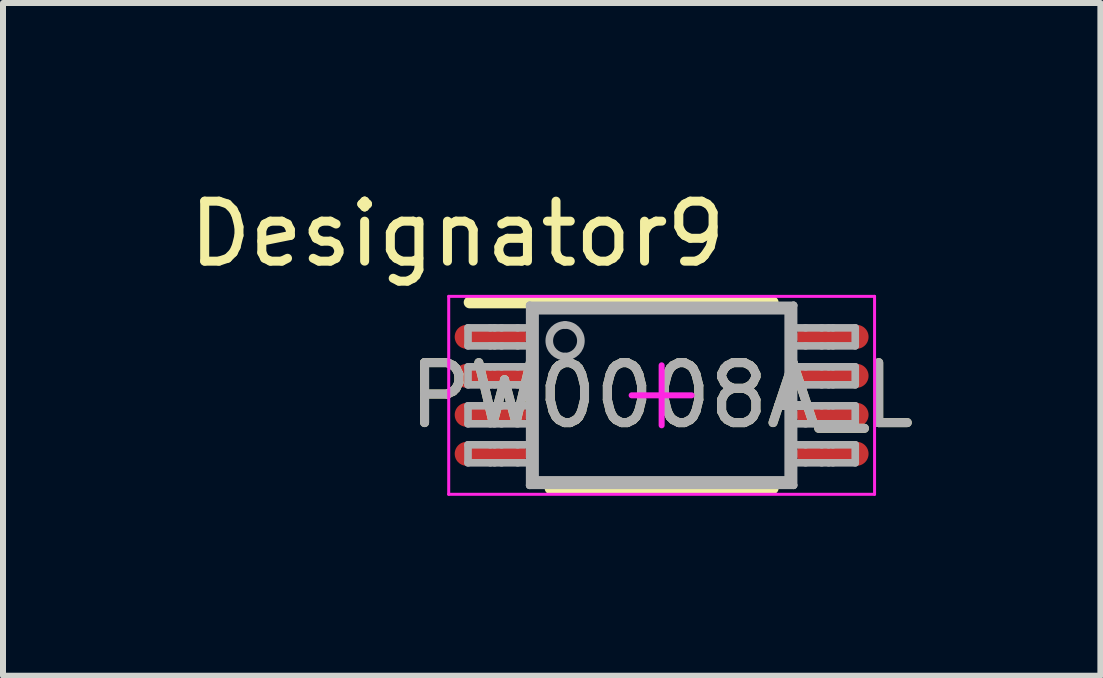
<source format=kicad_pcb>
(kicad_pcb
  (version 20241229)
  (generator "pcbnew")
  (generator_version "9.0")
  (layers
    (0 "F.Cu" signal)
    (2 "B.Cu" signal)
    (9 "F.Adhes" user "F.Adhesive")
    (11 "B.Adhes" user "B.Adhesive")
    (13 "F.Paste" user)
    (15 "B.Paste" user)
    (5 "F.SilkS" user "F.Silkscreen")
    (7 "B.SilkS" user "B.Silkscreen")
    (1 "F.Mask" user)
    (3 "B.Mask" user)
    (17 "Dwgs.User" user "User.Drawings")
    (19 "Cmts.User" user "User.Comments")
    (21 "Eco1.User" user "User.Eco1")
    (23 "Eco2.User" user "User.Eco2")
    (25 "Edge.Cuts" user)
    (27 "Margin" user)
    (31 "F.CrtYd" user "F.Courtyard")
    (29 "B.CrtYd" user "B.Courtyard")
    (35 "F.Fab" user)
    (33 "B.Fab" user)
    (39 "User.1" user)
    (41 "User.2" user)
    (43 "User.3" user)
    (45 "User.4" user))
  (footprint "PW0008A_L"
    (layer "F.Cu")
    (at 7.981 3.541)
    (property "Reference" "PW0008A_L" (at 0 0 0) (unlocked yes) (layer "F.SilkS") (effects (font (size 1 1) (thickness 0.15))))
    (attr smd)
    (fp_line (start -3.2 -1.55) (end 1.85 -1.55) (stroke (width 0.2) (type solid)) (layer "F.SilkS"))
    (fp_line (start -1.85 1.55) (end 1.85 1.55) (stroke (width 0.2) (type solid)) (layer "F.SilkS"))
    (fp_line (start -3.55 -1.65) (end 3.55 -1.65) (stroke (width 0.05) (type solid)) (layer "F.CrtYd"))
    (fp_line (start -3.55 1.65) (end -3.55 -1.65) (stroke (width 0.05) (type solid)) (layer "F.CrtYd"))
    (fp_line (start -3.55 1.65) (end 3.55 1.65) (stroke (width 0.05) (type solid)) (layer "F.CrtYd"))
    (fp_line (start -0.5 0) (end 0.5 0) (stroke (width 0.1) (type solid)) (layer "F.CrtYd"))
    (fp_line (start 0 0.5) (end 0 -0.5) (stroke (width 0.1) (type solid)) (layer "F.CrtYd"))
    (fp_line (start 3.55 1.65) (end 3.55 -1.65) (stroke (width 0.05) (type solid)) (layer "F.CrtYd"))
    (fp_line (start -3.228 -1.125) (end -2.856 -1.125) (stroke (width 0.127) (type solid)) (layer "F.Fab"))
    (fp_line (start -3.228 -0.825) (end -3.228 -1.125) (stroke (width 0.127) (type solid)) (layer "F.Fab"))
    (fp_line (start -3.228 -0.825) (end -2.856 -0.825) (stroke (width 0.127) (type solid)) (layer "F.Fab"))
    (fp_line (start -3.228 -0.475) (end -2.856 -0.475) (stroke (width 0.127) (type solid)) (layer "F.Fab"))
    (fp_line (start -3.228 -0.175) (end -3.228 -0.475) (stroke (width 0.127) (type solid)) (layer "F.Fab"))
    (fp_line (start -3.228 -0.175) (end -2.856 -0.175) (stroke (width 0.127) (type solid)) (layer "F.Fab"))
    (fp_line (start -3.228 0.175) (end -2.856 0.175) (stroke (width 0.127) (type solid)) (layer "F.Fab"))
    (fp_line (start -3.228 0.475) (end -3.228 0.175) (stroke (width 0.127) (type solid)) (layer "F.Fab"))
    (fp_line (start -3.228 0.475) (end -2.856 0.475) (stroke (width 0.127) (type solid)) (layer "F.Fab"))
    (fp_line (start -3.228 0.825) (end -2.856 0.825) (stroke (width 0.127) (type solid)) (layer "F.Fab"))
    (fp_line (start -3.228 1.125) (end -3.228 0.825) (stroke (width 0.127) (type solid)) (layer "F.Fab"))
    (fp_line (start -3.228 1.125) (end -2.856 1.125) (stroke (width 0.127) (type solid)) (layer "F.Fab"))
    (fp_line (start -2.856 -1.125) (end -2.785 -1.125) (stroke (width 0.127) (type solid)) (layer "F.Fab"))
    (fp_line (start -2.856 -0.825) (end -2.785 -0.825) (stroke (width 0.127) (type solid)) (layer "F.Fab"))
    (fp_line (start -2.856 -0.475) (end -2.785 -0.475) (stroke (width 0.127) (type solid)) (layer "F.Fab"))
    (fp_line (start -2.856 -0.175) (end -2.785 -0.175) (stroke (width 0.127) (type solid)) (layer "F.Fab"))
    (fp_line (start -2.856 0.175) (end -2.785 0.175) (stroke (width 0.127) (type solid)) (layer "F.Fab"))
    (fp_line (start -2.856 0.475) (end -2.785 0.475) (stroke (width 0.127) (type solid)) (layer "F.Fab"))
    (fp_line (start -2.856 0.825) (end -2.785 0.825) (stroke (width 0.127) (type solid)) (layer "F.Fab"))
    (fp_line (start -2.856 1.125) (end -2.785 1.125) (stroke (width 0.127) (type solid)) (layer "F.Fab"))
    (fp_line (start -2.785 -1.125) (end -2.669 -1.125) (stroke (width 0.127) (type solid)) (layer "F.Fab"))
    (fp_line (start -2.785 -0.825) (end -2.669 -0.825) (stroke (width 0.127) (type solid)) (layer "F.Fab"))
    (fp_line (start -2.785 -0.475) (end -2.669 -0.475) (stroke (width 0.127) (type solid)) (layer "F.Fab"))
    (fp_line (start -2.785 -0.175) (end -2.669 -0.175) (stroke (width 0.127) (type solid)) (layer "F.Fab"))
    (fp_line (start -2.785 0.175) (end -2.669 0.175) (stroke (width 0.127) (type solid)) (layer "F.Fab"))
    (fp_line (start -2.785 0.475) (end -2.669 0.475) (stroke (width 0.127) (type solid)) (layer "F.Fab"))
    (fp_line (start -2.785 0.825) (end -2.669 0.825) (stroke (width 0.127) (type solid)) (layer "F.Fab"))
    (fp_line (start -2.785 1.125) (end -2.669 1.125) (stroke (width 0.127) (type solid)) (layer "F.Fab"))
    (fp_line (start -2.669 -1.125) (end -2.4 -1.125) (stroke (width 0.127) (type solid)) (layer "F.Fab"))
    (fp_line (start -2.669 -0.825) (end -2.4 -0.825) (stroke (width 0.127) (type solid)) (layer "F.Fab"))
    (fp_line (start -2.669 -0.475) (end -2.4 -0.475) (stroke (width 0.127) (type solid)) (layer "F.Fab"))
    (fp_line (start -2.669 -0.175) (end -2.4 -0.175) (stroke (width 0.127) (type solid)) (layer "F.Fab"))
    (fp_line (start -2.669 0.175) (end -2.4 0.175) (stroke (width 0.127) (type solid)) (layer "F.Fab"))
    (fp_line (start -2.669 0.475) (end -2.4 0.475) (stroke (width 0.127) (type solid)) (layer "F.Fab"))
    (fp_line (start -2.669 0.825) (end -2.4 0.825) (stroke (width 0.127) (type solid)) (layer "F.Fab"))
    (fp_line (start -2.669 1.125) (end -2.4 1.125) (stroke (width 0.127) (type solid)) (layer "F.Fab"))
    (fp_line (start -2.4 -1.125) (end -2.2 -1.125) (stroke (width 0.127) (type solid)) (layer "F.Fab"))
    (fp_line (start -2.4 -0.825) (end -2.2 -0.825) (stroke (width 0.127) (type solid)) (layer "F.Fab"))
    (fp_line (start -2.4 -0.475) (end -2.2 -0.475) (stroke (width 0.127) (type solid)) (layer "F.Fab"))
    (fp_line (start -2.4 -0.175) (end -2.2 -0.175) (stroke (width 0.127) (type solid)) (layer "F.Fab"))
    (fp_line (start -2.4 0.175) (end -2.2 0.175) (stroke (width 0.127) (type solid)) (layer "F.Fab"))
    (fp_line (start -2.4 0.475) (end -2.2 0.475) (stroke (width 0.127) (type solid)) (layer "F.Fab"))
    (fp_line (start -2.4 0.825) (end -2.2 0.825) (stroke (width 0.127) (type solid)) (layer "F.Fab"))
    (fp_line (start -2.4 1.125) (end -2.2 1.125) (stroke (width 0.127) (type solid)) (layer "F.Fab"))
    (fp_line (start -2.2 -1.5) (end -2.11 -1.41) (stroke (width 0.127) (type solid)) (layer "F.Fab"))
    (fp_line (start -2.2 -1.5) (end 2.2 -1.5) (stroke (width 0.127) (type solid)) (layer "F.Fab"))
    (fp_line (start -2.2 -1.125) (end -2.2 -1.5) (stroke (width 0.127) (type solid)) (layer "F.Fab"))
    (fp_line (start -2.2 -0.825) (end -2.2 -1.125) (stroke (width 0.127) (type solid)) (layer "F.Fab"))
    (fp_line (start -2.2 -0.475) (end -2.2 -0.825) (stroke (width 0.127) (type solid)) (layer "F.Fab"))
    (fp_line (start -2.2 -0.175) (end -2.2 -0.475) (stroke (width 0.127) (type solid)) (layer "F.Fab"))
    (fp_line (start -2.2 0.175) (end -2.2 -0.175) (stroke (width 0.127) (type solid)) (layer "F.Fab"))
    (fp_line (start -2.2 0.475) (end -2.2 0.175) (stroke (width 0.127) (type solid)) (layer "F.Fab"))
    (fp_line (start -2.2 0.825) (end -2.2 0.475) (stroke (width 0.127) (type solid)) (layer "F.Fab"))
    (fp_line (start -2.2 1.125) (end -2.2 0.825) (stroke (width 0.127) (type solid)) (layer "F.Fab"))
    (fp_line (start -2.2 1.5) (end -2.2 1.125) (stroke (width 0.127) (type solid)) (layer "F.Fab"))
    (fp_line (start -2.2 1.5) (end -2.11 1.41) (stroke (width 0.127) (type solid)) (layer "F.Fab"))
    (fp_line (start -2.2 1.5) (end 2.2 1.5) (stroke (width 0.127) (type solid)) (layer "F.Fab"))
    (fp_line (start -2.11 -1.41) (end 2.11 -1.41) (stroke (width 0.127) (type solid)) (layer "F.Fab"))
    (fp_line (start -2.11 1.41) (end -2.11 -1.41) (stroke (width 0.127) (type solid)) (layer "F.Fab"))
    (fp_line (start -2.11 1.41) (end 2.11 1.41) (stroke (width 0.127) (type solid)) (layer "F.Fab"))
    (fp_line (start 2.11 -1.41) (end 2.2 -1.5) (stroke (width 0.127) (type solid)) (layer "F.Fab"))
    (fp_line (start 2.11 1.41) (end 2.11 -1.41) (stroke (width 0.127) (type solid)) (layer "F.Fab"))
    (fp_line (start 2.11 1.41) (end 2.2 1.5) (stroke (width 0.127) (type solid)) (layer "F.Fab"))
    (fp_line (start 2.2 -1.125) (end 2.2 -1.5) (stroke (width 0.127) (type solid)) (layer "F.Fab"))
    (fp_line (start 2.2 -1.125) (end 2.4 -1.125) (stroke (width 0.127) (type solid)) (layer "F.Fab"))
    (fp_line (start 2.2 -0.825) (end 2.2 -1.125) (stroke (width 0.127) (type solid)) (layer "F.Fab"))
    (fp_line (start 2.2 -0.825) (end 2.4 -0.825) (stroke (width 0.127) (type solid)) (layer "F.Fab"))
    (fp_line (start 2.2 -0.475) (end 2.2 -0.825) (stroke (width 0.127) (type solid)) (layer "F.Fab"))
    (fp_line (start 2.2 -0.475) (end 2.4 -0.475) (stroke (width 0.127) (type solid)) (layer "F.Fab"))
    (fp_line (start 2.2 -0.175) (end 2.2 -0.475) (stroke (width 0.127) (type solid)) (layer "F.Fab"))
    (fp_line (start 2.2 -0.175) (end 2.4 -0.175) (stroke (width 0.127) (type solid)) (layer "F.Fab"))
    (fp_line (start 2.2 0.175) (end 2.2 -0.175) (stroke (width 0.127) (type solid)) (layer "F.Fab"))
    (fp_line (start 2.2 0.175) (end 2.4 0.175) (stroke (width 0.127) (type solid)) (layer "F.Fab"))
    (fp_line (start 2.2 0.475) (end 2.2 0.175) (stroke (width 0.127) (type solid)) (layer "F.Fab"))
    (fp_line (start 2.2 0.475) (end 2.4 0.475) (stroke (width 0.127) (type solid)) (layer "F.Fab"))
    (fp_line (start 2.2 0.825) (end 2.2 0.475) (stroke (width 0.127) (type solid)) (layer "F.Fab"))
    (fp_line (start 2.2 0.825) (end 2.4 0.825) (stroke (width 0.127) (type solid)) (layer "F.Fab"))
    (fp_line (start 2.2 1.125) (end 2.2 0.825) (stroke (width 0.127) (type solid)) (layer "F.Fab"))
    (fp_line (start 2.2 1.125) (end 2.4 1.125) (stroke (width 0.127) (type solid)) (layer "F.Fab"))
    (fp_line (start 2.2 1.5) (end 2.2 1.125) (stroke (width 0.127) (type solid)) (layer "F.Fab"))
    (fp_line (start 2.4 -1.125) (end 2.669 -1.125) (stroke (width 0.127) (type solid)) (layer "F.Fab"))
    (fp_line (start 2.4 -0.825) (end 2.669 -0.825) (stroke (width 0.127) (type solid)) (layer "F.Fab"))
    (fp_line (start 2.4 -0.475) (end 2.669 -0.475) (stroke (width 0.127) (type solid)) (layer "F.Fab"))
    (fp_line (start 2.4 -0.175) (end 2.669 -0.175) (stroke (width 0.127) (type solid)) (layer "F.Fab"))
    (fp_line (start 2.4 0.175) (end 2.669 0.175) (stroke (width 0.127) (type solid)) (layer "F.Fab"))
    (fp_line (start 2.4 0.475) (end 2.669 0.475) (stroke (width 0.127) (type solid)) (layer "F.Fab"))
    (fp_line (start 2.4 0.825) (end 2.669 0.825) (stroke (width 0.127) (type solid)) (layer "F.Fab"))
    (fp_line (start 2.4 1.125) (end 2.669 1.125) (stroke (width 0.127) (type solid)) (layer "F.Fab"))
    (fp_line (start 2.669 -1.125) (end 2.785 -1.125) (stroke (width 0.127) (type solid)) (layer "F.Fab"))
    (fp_line (start 2.669 -0.825) (end 2.785 -0.825) (stroke (width 0.127) (type solid)) (layer "F.Fab"))
    (fp_line (start 2.669 -0.475) (end 2.785 -0.475) (stroke (width 0.127) (type solid)) (layer "F.Fab"))
    (fp_line (start 2.669 -0.175) (end 2.785 -0.175) (stroke (width 0.127) (type solid)) (layer "F.Fab"))
    (fp_line (start 2.669 0.175) (end 2.785 0.175) (stroke (width 0.127) (type solid)) (layer "F.Fab"))
    (fp_line (start 2.669 0.475) (end 2.785 0.475) (stroke (width 0.127) (type solid)) (layer "F.Fab"))
    (fp_line (start 2.669 0.825) (end 2.785 0.825) (stroke (width 0.127) (type solid)) (layer "F.Fab"))
    (fp_line (start 2.669 1.125) (end 2.785 1.125) (stroke (width 0.127) (type solid)) (layer "F.Fab"))
    (fp_line (start 2.785 -1.125) (end 2.856 -1.125) (stroke (width 0.127) (type solid)) (layer "F.Fab"))
    (fp_line (start 2.785 -0.825) (end 2.856 -0.825) (stroke (width 0.127) (type solid)) (layer "F.Fab"))
    (fp_line (start 2.785 -0.475) (end 2.856 -0.475) (stroke (width 0.127) (type solid)) (layer "F.Fab"))
    (fp_line (start 2.785 -0.175) (end 2.856 -0.175) (stroke (width 0.127) (type solid)) (layer "F.Fab"))
    (fp_line (start 2.785 0.175) (end 2.856 0.175) (stroke (width 0.127) (type solid)) (layer "F.Fab"))
    (fp_line (start 2.785 0.475) (end 2.856 0.475) (stroke (width 0.127) (type solid)) (layer "F.Fab"))
    (fp_line (start 2.785 0.825) (end 2.856 0.825) (stroke (width 0.127) (type solid)) (layer "F.Fab"))
    (fp_line (start 2.785 1.125) (end 2.856 1.125) (stroke (width 0.127) (type solid)) (layer "F.Fab"))
    (fp_line (start 2.856 -1.125) (end 3.228 -1.125) (stroke (width 0.127) (type solid)) (layer "F.Fab"))
    (fp_line (start 2.856 -0.825) (end 3.228 -0.825) (stroke (width 0.127) (type solid)) (layer "F.Fab"))
    (fp_line (start 2.856 -0.475) (end 3.228 -0.475) (stroke (width 0.127) (type solid)) (layer "F.Fab"))
    (fp_line (start 2.856 -0.175) (end 3.228 -0.175) (stroke (width 0.127) (type solid)) (layer "F.Fab"))
    (fp_line (start 2.856 0.175) (end 3.228 0.175) (stroke (width 0.127) (type solid)) (layer "F.Fab"))
    (fp_line (start 2.856 0.475) (end 3.228 0.475) (stroke (width 0.127) (type solid)) (layer "F.Fab"))
    (fp_line (start 2.856 0.825) (end 3.228 0.825) (stroke (width 0.127) (type solid)) (layer "F.Fab"))
    (fp_line (start 2.856 1.125) (end 3.228 1.125) (stroke (width 0.127) (type solid)) (layer "F.Fab"))
    (fp_line (start 3.228 -0.825) (end 3.228 -1.125) (stroke (width 0.127) (type solid)) (layer "F.Fab"))
    (fp_line (start 3.228 -0.175) (end 3.228 -0.475) (stroke (width 0.127) (type solid)) (layer "F.Fab"))
    (fp_line (start 3.228 0.475) (end 3.228 0.175) (stroke (width 0.127) (type solid)) (layer "F.Fab"))
    (fp_line (start 3.228 1.125) (end 3.228 0.825) (stroke (width 0.127) (type solid)) (layer "F.Fab"))
    (fp_arc (start -1.609654 -1.173203) (mid -1.346116 -0.909665) (end -1.609654 -0.646128) (stroke (width 0.127) (type solid)) (layer "F.Fab"))
    (fp_arc (start -1.609654 -0.646128) (mid -1.873192 -0.909665) (end -1.609654 -1.173203) (stroke (width 0.127) (type solid)) (layer "F.Fab"))
    (fp_text user "Designator9" (at -3.404 -2.692 0) (unlocked yes) (layer "F.SilkS") (effects (font (size 1 1) (thickness 0.15))))
    (fp_text user "${REFERENCE}" (at 0 0 0) (unlocked yes) (layer "F.Fab") (effects (font (size 1 1) (thickness 0.15))))
    (pad "1" smd oval (at -2.85 -0.975 90) (size 0.4 1.2) (layers "F.Cu" "F.Mask" "F.Paste"))
    (pad "2" smd oval (at -2.85 -0.325 90) (size 0.4 1.2) (layers "F.Cu" "F.Mask" "F.Paste"))
    (pad "3" smd oval (at -2.85 0.325 90) (size 0.4 1.2) (layers "F.Cu" "F.Mask" "F.Paste"))
    (pad "4" smd oval (at -2.85 0.975 90) (size 0.4 1.2) (layers "F.Cu" "F.Mask" "F.Paste"))
    (pad "5" smd oval (at 2.85 0.975 90) (size 0.4 1.2) (layers "F.Cu" "F.Mask" "F.Paste"))
    (pad "6" smd oval (at 2.85 0.325 90) (size 0.4 1.2) (layers "F.Cu" "F.Mask" "F.Paste"))
    (pad "7" smd oval (at 2.85 -0.325 90) (size 0.4 1.2) (layers "F.Cu" "F.Mask" "F.Paste"))
    (pad "8" smd oval (at 2.85 -0.975 90) (size 0.4 1.2) (layers "F.Cu" "F.Mask" "F.Paste")))
  (gr_rect
    (start -3 -3)
    (end 15.296 8.216)
    (stroke (width 0.1) (type default))
    (fill no)
    (layer "Edge.Cuts")))
</source>
